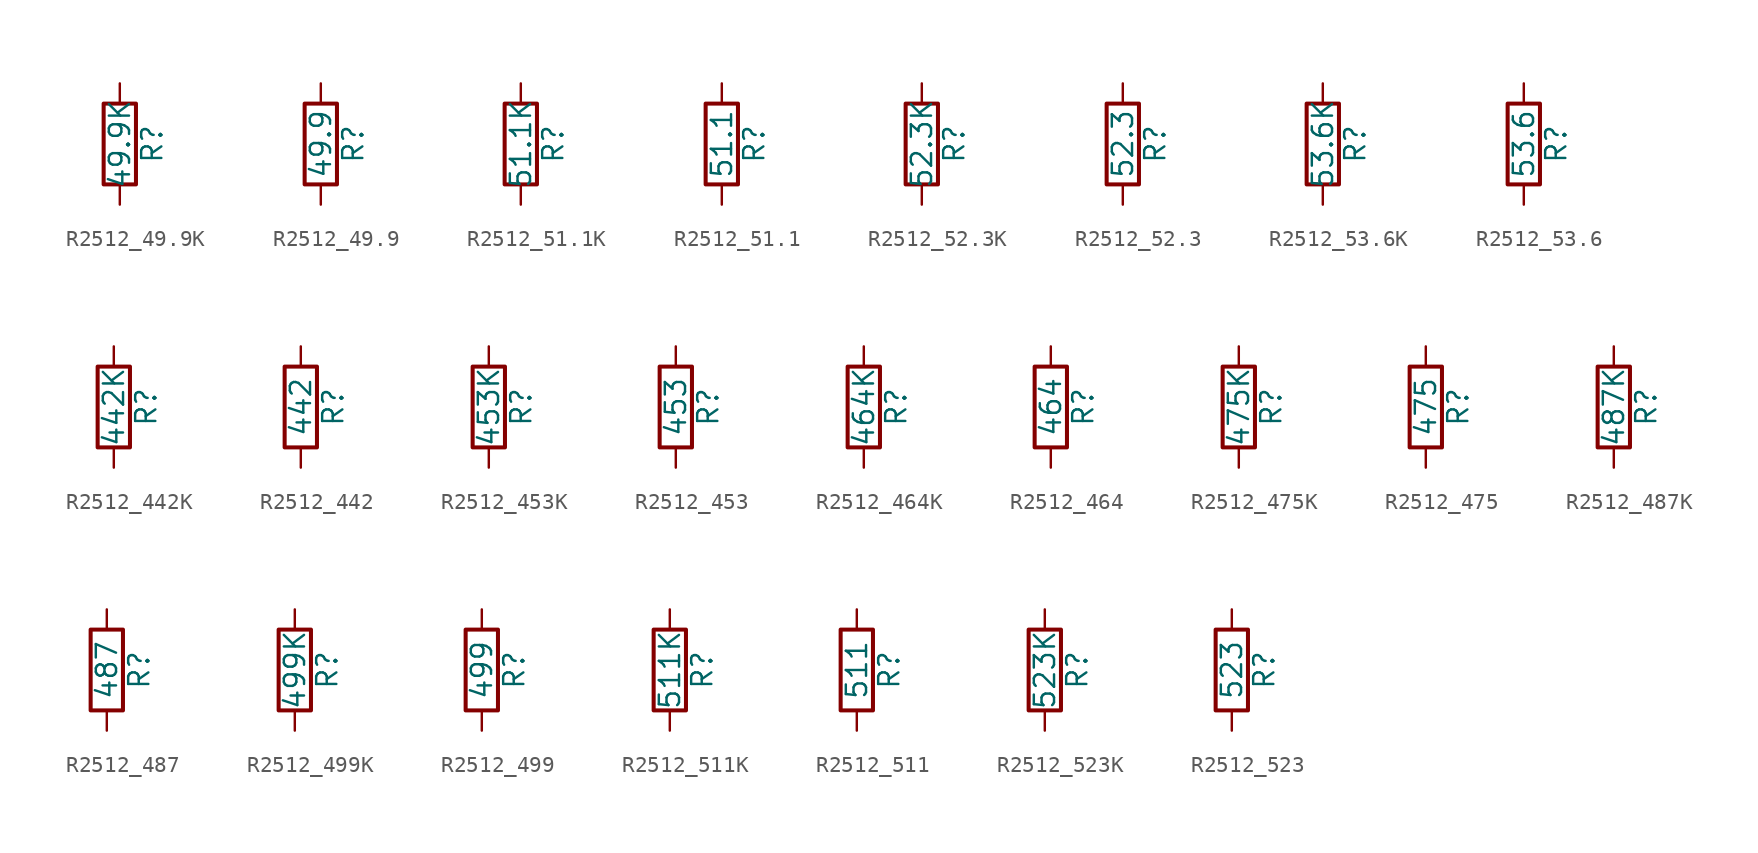
<source format=kicad_sym>
(kicad_symbol_lib
  (version 20211014)
  (generator atlantix-eda)
  (symbol "R2512_49.9K"
    (pin_numbers hide)
    (pin_names
      (offset 0))
    (property "Reference" "R"
      (at 2.032 0 90)
      (effects (font (size 1.27 1.27))))
    (property "Value" "49.9K"
      (at 0 0 90)
      (effects (font (size 1.27 1.27))))
    (symbol "R2512_49.9K_0_1"
      (rectangle (start -1.016 -2.54) (end 1.016 2.54) (stroke (width 0.254) (type default) (color 0 0 0 0)) (fill (type none))))
    (symbol "R2512_49.9K_1_1"
      (pin passive line (at 0 3.81 270) (length 1.27) (name "~" (effects (font (size 1.27 1.27)))) (number "1" (effects (font (size 1.27 1.27)))))
      (pin passive line (at 0 -3.81 90) (length 1.27) (name "~" (effects (font (size 1.27 1.27)))) (number "2" (effects (font (size 1.27 1.27)))))))
  (symbol "R2512_49.9"
    (pin_numbers hide)
    (pin_names
      (offset 0))
    (property "Reference" "R"
      (at 2.032 0 90)
      (effects (font (size 1.27 1.27))))
    (property "Value" "49.9"
      (at 0 0 90)
      (effects (font (size 1.27 1.27))))
    (symbol "R2512_49.9_0_1"
      (rectangle (start -1.016 -2.54) (end 1.016 2.54) (stroke (width 0.254) (type default) (color 0 0 0 0)) (fill (type none))))
    (symbol "R2512_49.9_1_1"
      (pin passive line (at 0 3.81 270) (length 1.27) (name "~" (effects (font (size 1.27 1.27)))) (number "1" (effects (font (size 1.27 1.27)))))
      (pin passive line (at 0 -3.81 90) (length 1.27) (name "~" (effects (font (size 1.27 1.27)))) (number "2" (effects (font (size 1.27 1.27)))))))
  (symbol "R2512_51.1K"
    (pin_numbers hide)
    (pin_names
      (offset 0))
    (property "Reference" "R"
      (at 2.032 0 90)
      (effects (font (size 1.27 1.27))))
    (property "Value" "51.1K"
      (at 0 0 90)
      (effects (font (size 1.27 1.27))))
    (symbol "R2512_51.1K_0_1"
      (rectangle (start -1.016 -2.54) (end 1.016 2.54) (stroke (width 0.254) (type default) (color 0 0 0 0)) (fill (type none))))
    (symbol "R2512_51.1K_1_1"
      (pin passive line (at 0 3.81 270) (length 1.27) (name "~" (effects (font (size 1.27 1.27)))) (number "1" (effects (font (size 1.27 1.27)))))
      (pin passive line (at 0 -3.81 90) (length 1.27) (name "~" (effects (font (size 1.27 1.27)))) (number "2" (effects (font (size 1.27 1.27)))))))
  (symbol "R2512_51.1"
    (pin_numbers hide)
    (pin_names
      (offset 0))
    (property "Reference" "R"
      (at 2.032 0 90)
      (effects (font (size 1.27 1.27))))
    (property "Value" "51.1"
      (at 0 0 90)
      (effects (font (size 1.27 1.27))))
    (symbol "R2512_51.1_0_1"
      (rectangle (start -1.016 -2.54) (end 1.016 2.54) (stroke (width 0.254) (type default) (color 0 0 0 0)) (fill (type none))))
    (symbol "R2512_51.1_1_1"
      (pin passive line (at 0 3.81 270) (length 1.27) (name "~" (effects (font (size 1.27 1.27)))) (number "1" (effects (font (size 1.27 1.27)))))
      (pin passive line (at 0 -3.81 90) (length 1.27) (name "~" (effects (font (size 1.27 1.27)))) (number "2" (effects (font (size 1.27 1.27)))))))
  (symbol "R2512_52.3K"
    (pin_numbers hide)
    (pin_names
      (offset 0))
    (property "Reference" "R"
      (at 2.032 0 90)
      (effects (font (size 1.27 1.27))))
    (property "Value" "52.3K"
      (at 0 0 90)
      (effects (font (size 1.27 1.27))))
    (symbol "R2512_52.3K_0_1"
      (rectangle (start -1.016 -2.54) (end 1.016 2.54) (stroke (width 0.254) (type default) (color 0 0 0 0)) (fill (type none))))
    (symbol "R2512_52.3K_1_1"
      (pin passive line (at 0 3.81 270) (length 1.27) (name "~" (effects (font (size 1.27 1.27)))) (number "1" (effects (font (size 1.27 1.27)))))
      (pin passive line (at 0 -3.81 90) (length 1.27) (name "~" (effects (font (size 1.27 1.27)))) (number "2" (effects (font (size 1.27 1.27)))))))
  (symbol "R2512_52.3"
    (pin_numbers hide)
    (pin_names
      (offset 0))
    (property "Reference" "R"
      (at 2.032 0 90)
      (effects (font (size 1.27 1.27))))
    (property "Value" "52.3"
      (at 0 0 90)
      (effects (font (size 1.27 1.27))))
    (symbol "R2512_52.3_0_1"
      (rectangle (start -1.016 -2.54) (end 1.016 2.54) (stroke (width 0.254) (type default) (color 0 0 0 0)) (fill (type none))))
    (symbol "R2512_52.3_1_1"
      (pin passive line (at 0 3.81 270) (length 1.27) (name "~" (effects (font (size 1.27 1.27)))) (number "1" (effects (font (size 1.27 1.27)))))
      (pin passive line (at 0 -3.81 90) (length 1.27) (name "~" (effects (font (size 1.27 1.27)))) (number "2" (effects (font (size 1.27 1.27)))))))
  (symbol "R2512_53.6K"
    (pin_numbers hide)
    (pin_names
      (offset 0))
    (property "Reference" "R"
      (at 2.032 0 90)
      (effects (font (size 1.27 1.27))))
    (property "Value" "53.6K"
      (at 0 0 90)
      (effects (font (size 1.27 1.27))))
    (symbol "R2512_53.6K_0_1"
      (rectangle (start -1.016 -2.54) (end 1.016 2.54) (stroke (width 0.254) (type default) (color 0 0 0 0)) (fill (type none))))
    (symbol "R2512_53.6K_1_1"
      (pin passive line (at 0 3.81 270) (length 1.27) (name "~" (effects (font (size 1.27 1.27)))) (number "1" (effects (font (size 1.27 1.27)))))
      (pin passive line (at 0 -3.81 90) (length 1.27) (name "~" (effects (font (size 1.27 1.27)))) (number "2" (effects (font (size 1.27 1.27)))))))
  (symbol "R2512_53.6"
    (pin_numbers hide)
    (pin_names
      (offset 0))
    (property "Reference" "R"
      (at 2.032 0 90)
      (effects (font (size 1.27 1.27))))
    (property "Value" "53.6"
      (at 0 0 90)
      (effects (font (size 1.27 1.27))))
    (symbol "R2512_53.6_0_1"
      (rectangle (start -1.016 -2.54) (end 1.016 2.54) (stroke (width 0.254) (type default) (color 0 0 0 0)) (fill (type none))))
    (symbol "R2512_53.6_1_1"
      (pin passive line (at 0 3.81 270) (length 1.27) (name "~" (effects (font (size 1.27 1.27)))) (number "1" (effects (font (size 1.27 1.27)))))
      (pin passive line (at 0 -3.81 90) (length 1.27) (name "~" (effects (font (size 1.27 1.27)))) (number "2" (effects (font (size 1.27 1.27)))))))
  (symbol "R2512_442K"
    (pin_numbers hide)
    (pin_names
      (offset 0))
    (property "Reference" "R"
      (at 2.032 0 90)
      (effects (font (size 1.27 1.27))))
    (property "Value" "442K"
      (at 0 0 90)
      (effects (font (size 1.27 1.27))))
    (symbol "R2512_442K_0_1"
      (rectangle (start -1.016 -2.54) (end 1.016 2.54) (stroke (width 0.254) (type default) (color 0 0 0 0)) (fill (type none))))
    (symbol "R2512_442K_1_1"
      (pin passive line (at 0 3.81 270) (length 1.27) (name "~" (effects (font (size 1.27 1.27)))) (number "1" (effects (font (size 1.27 1.27)))))
      (pin passive line (at 0 -3.81 90) (length 1.27) (name "~" (effects (font (size 1.27 1.27)))) (number "2" (effects (font (size 1.27 1.27)))))))
  (symbol "R2512_442"
    (pin_numbers hide)
    (pin_names
      (offset 0))
    (property "Reference" "R"
      (at 2.032 0 90)
      (effects (font (size 1.27 1.27))))
    (property "Value" "442"
      (at 0 0 90)
      (effects (font (size 1.27 1.27))))
    (symbol "R2512_442_0_1"
      (rectangle (start -1.016 -2.54) (end 1.016 2.54) (stroke (width 0.254) (type default) (color 0 0 0 0)) (fill (type none))))
    (symbol "R2512_442_1_1"
      (pin passive line (at 0 3.81 270) (length 1.27) (name "~" (effects (font (size 1.27 1.27)))) (number "1" (effects (font (size 1.27 1.27)))))
      (pin passive line (at 0 -3.81 90) (length 1.27) (name "~" (effects (font (size 1.27 1.27)))) (number "2" (effects (font (size 1.27 1.27)))))))
  (symbol "R2512_453K"
    (pin_numbers hide)
    (pin_names
      (offset 0))
    (property "Reference" "R"
      (at 2.032 0 90)
      (effects (font (size 1.27 1.27))))
    (property "Value" "453K"
      (at 0 0 90)
      (effects (font (size 1.27 1.27))))
    (symbol "R2512_453K_0_1"
      (rectangle (start -1.016 -2.54) (end 1.016 2.54) (stroke (width 0.254) (type default) (color 0 0 0 0)) (fill (type none))))
    (symbol "R2512_453K_1_1"
      (pin passive line (at 0 3.81 270) (length 1.27) (name "~" (effects (font (size 1.27 1.27)))) (number "1" (effects (font (size 1.27 1.27)))))
      (pin passive line (at 0 -3.81 90) (length 1.27) (name "~" (effects (font (size 1.27 1.27)))) (number "2" (effects (font (size 1.27 1.27)))))))
  (symbol "R2512_453"
    (pin_numbers hide)
    (pin_names
      (offset 0))
    (property "Reference" "R"
      (at 2.032 0 90)
      (effects (font (size 1.27 1.27))))
    (property "Value" "453"
      (at 0 0 90)
      (effects (font (size 1.27 1.27))))
    (symbol "R2512_453_0_1"
      (rectangle (start -1.016 -2.54) (end 1.016 2.54) (stroke (width 0.254) (type default) (color 0 0 0 0)) (fill (type none))))
    (symbol "R2512_453_1_1"
      (pin passive line (at 0 3.81 270) (length 1.27) (name "~" (effects (font (size 1.27 1.27)))) (number "1" (effects (font (size 1.27 1.27)))))
      (pin passive line (at 0 -3.81 90) (length 1.27) (name "~" (effects (font (size 1.27 1.27)))) (number "2" (effects (font (size 1.27 1.27)))))))
  (symbol "R2512_464K"
    (pin_numbers hide)
    (pin_names
      (offset 0))
    (property "Reference" "R"
      (at 2.032 0 90)
      (effects (font (size 1.27 1.27))))
    (property "Value" "464K"
      (at 0 0 90)
      (effects (font (size 1.27 1.27))))
    (symbol "R2512_464K_0_1"
      (rectangle (start -1.016 -2.54) (end 1.016 2.54) (stroke (width 0.254) (type default) (color 0 0 0 0)) (fill (type none))))
    (symbol "R2512_464K_1_1"
      (pin passive line (at 0 3.81 270) (length 1.27) (name "~" (effects (font (size 1.27 1.27)))) (number "1" (effects (font (size 1.27 1.27)))))
      (pin passive line (at 0 -3.81 90) (length 1.27) (name "~" (effects (font (size 1.27 1.27)))) (number "2" (effects (font (size 1.27 1.27)))))))
  (symbol "R2512_464"
    (pin_numbers hide)
    (pin_names
      (offset 0))
    (property "Reference" "R"
      (at 2.032 0 90)
      (effects (font (size 1.27 1.27))))
    (property "Value" "464"
      (at 0 0 90)
      (effects (font (size 1.27 1.27))))
    (symbol "R2512_464_0_1"
      (rectangle (start -1.016 -2.54) (end 1.016 2.54) (stroke (width 0.254) (type default) (color 0 0 0 0)) (fill (type none))))
    (symbol "R2512_464_1_1"
      (pin passive line (at 0 3.81 270) (length 1.27) (name "~" (effects (font (size 1.27 1.27)))) (number "1" (effects (font (size 1.27 1.27)))))
      (pin passive line (at 0 -3.81 90) (length 1.27) (name "~" (effects (font (size 1.27 1.27)))) (number "2" (effects (font (size 1.27 1.27)))))))
  (symbol "R2512_475K"
    (pin_numbers hide)
    (pin_names
      (offset 0))
    (property "Reference" "R"
      (at 2.032 0 90)
      (effects (font (size 1.27 1.27))))
    (property "Value" "475K"
      (at 0 0 90)
      (effects (font (size 1.27 1.27))))
    (symbol "R2512_475K_0_1"
      (rectangle (start -1.016 -2.54) (end 1.016 2.54) (stroke (width 0.254) (type default) (color 0 0 0 0)) (fill (type none))))
    (symbol "R2512_475K_1_1"
      (pin passive line (at 0 3.81 270) (length 1.27) (name "~" (effects (font (size 1.27 1.27)))) (number "1" (effects (font (size 1.27 1.27)))))
      (pin passive line (at 0 -3.81 90) (length 1.27) (name "~" (effects (font (size 1.27 1.27)))) (number "2" (effects (font (size 1.27 1.27)))))))
  (symbol "R2512_475"
    (pin_numbers hide)
    (pin_names
      (offset 0))
    (property "Reference" "R"
      (at 2.032 0 90)
      (effects (font (size 1.27 1.27))))
    (property "Value" "475"
      (at 0 0 90)
      (effects (font (size 1.27 1.27))))
    (symbol "R2512_475_0_1"
      (rectangle (start -1.016 -2.54) (end 1.016 2.54) (stroke (width 0.254) (type default) (color 0 0 0 0)) (fill (type none))))
    (symbol "R2512_475_1_1"
      (pin passive line (at 0 3.81 270) (length 1.27) (name "~" (effects (font (size 1.27 1.27)))) (number "1" (effects (font (size 1.27 1.27)))))
      (pin passive line (at 0 -3.81 90) (length 1.27) (name "~" (effects (font (size 1.27 1.27)))) (number "2" (effects (font (size 1.27 1.27)))))))
  (symbol "R2512_487K"
    (pin_numbers hide)
    (pin_names
      (offset 0))
    (property "Reference" "R"
      (at 2.032 0 90)
      (effects (font (size 1.27 1.27))))
    (property "Value" "487K"
      (at 0 0 90)
      (effects (font (size 1.27 1.27))))
    (symbol "R2512_487K_0_1"
      (rectangle (start -1.016 -2.54) (end 1.016 2.54) (stroke (width 0.254) (type default) (color 0 0 0 0)) (fill (type none))))
    (symbol "R2512_487K_1_1"
      (pin passive line (at 0 3.81 270) (length 1.27) (name "~" (effects (font (size 1.27 1.27)))) (number "1" (effects (font (size 1.27 1.27)))))
      (pin passive line (at 0 -3.81 90) (length 1.27) (name "~" (effects (font (size 1.27 1.27)))) (number "2" (effects (font (size 1.27 1.27)))))))
  (symbol "R2512_487"
    (pin_numbers hide)
    (pin_names
      (offset 0))
    (property "Reference" "R"
      (at 2.032 0 90)
      (effects (font (size 1.27 1.27))))
    (property "Value" "487"
      (at 0 0 90)
      (effects (font (size 1.27 1.27))))
    (symbol "R2512_487_0_1"
      (rectangle (start -1.016 -2.54) (end 1.016 2.54) (stroke (width 0.254) (type default) (color 0 0 0 0)) (fill (type none))))
    (symbol "R2512_487_1_1"
      (pin passive line (at 0 3.81 270) (length 1.27) (name "~" (effects (font (size 1.27 1.27)))) (number "1" (effects (font (size 1.27 1.27)))))
      (pin passive line (at 0 -3.81 90) (length 1.27) (name "~" (effects (font (size 1.27 1.27)))) (number "2" (effects (font (size 1.27 1.27)))))))
  (symbol "R2512_499K"
    (pin_numbers hide)
    (pin_names
      (offset 0))
    (property "Reference" "R"
      (at 2.032 0 90)
      (effects (font (size 1.27 1.27))))
    (property "Value" "499K"
      (at 0 0 90)
      (effects (font (size 1.27 1.27))))
    (symbol "R2512_499K_0_1"
      (rectangle (start -1.016 -2.54) (end 1.016 2.54) (stroke (width 0.254) (type default) (color 0 0 0 0)) (fill (type none))))
    (symbol "R2512_499K_1_1"
      (pin passive line (at 0 3.81 270) (length 1.27) (name "~" (effects (font (size 1.27 1.27)))) (number "1" (effects (font (size 1.27 1.27)))))
      (pin passive line (at 0 -3.81 90) (length 1.27) (name "~" (effects (font (size 1.27 1.27)))) (number "2" (effects (font (size 1.27 1.27)))))))
  (symbol "R2512_499"
    (pin_numbers hide)
    (pin_names
      (offset 0))
    (property "Reference" "R"
      (at 2.032 0 90)
      (effects (font (size 1.27 1.27))))
    (property "Value" "499"
      (at 0 0 90)
      (effects (font (size 1.27 1.27))))
    (symbol "R2512_499_0_1"
      (rectangle (start -1.016 -2.54) (end 1.016 2.54) (stroke (width 0.254) (type default) (color 0 0 0 0)) (fill (type none))))
    (symbol "R2512_499_1_1"
      (pin passive line (at 0 3.81 270) (length 1.27) (name "~" (effects (font (size 1.27 1.27)))) (number "1" (effects (font (size 1.27 1.27)))))
      (pin passive line (at 0 -3.81 90) (length 1.27) (name "~" (effects (font (size 1.27 1.27)))) (number "2" (effects (font (size 1.27 1.27)))))))
  (symbol "R2512_511K"
    (pin_numbers hide)
    (pin_names
      (offset 0))
    (property "Reference" "R"
      (at 2.032 0 90)
      (effects (font (size 1.27 1.27))))
    (property "Value" "511K"
      (at 0 0 90)
      (effects (font (size 1.27 1.27))))
    (symbol "R2512_511K_0_1"
      (rectangle (start -1.016 -2.54) (end 1.016 2.54) (stroke (width 0.254) (type default) (color 0 0 0 0)) (fill (type none))))
    (symbol "R2512_511K_1_1"
      (pin passive line (at 0 3.81 270) (length 1.27) (name "~" (effects (font (size 1.27 1.27)))) (number "1" (effects (font (size 1.27 1.27)))))
      (pin passive line (at 0 -3.81 90) (length 1.27) (name "~" (effects (font (size 1.27 1.27)))) (number "2" (effects (font (size 1.27 1.27)))))))
  (symbol "R2512_511"
    (pin_numbers hide)
    (pin_names
      (offset 0))
    (property "Reference" "R"
      (at 2.032 0 90)
      (effects (font (size 1.27 1.27))))
    (property "Value" "511"
      (at 0 0 90)
      (effects (font (size 1.27 1.27))))
    (symbol "R2512_511_0_1"
      (rectangle (start -1.016 -2.54) (end 1.016 2.54) (stroke (width 0.254) (type default) (color 0 0 0 0)) (fill (type none))))
    (symbol "R2512_511_1_1"
      (pin passive line (at 0 3.81 270) (length 1.27) (name "~" (effects (font (size 1.27 1.27)))) (number "1" (effects (font (size 1.27 1.27)))))
      (pin passive line (at 0 -3.81 90) (length 1.27) (name "~" (effects (font (size 1.27 1.27)))) (number "2" (effects (font (size 1.27 1.27)))))))
  (symbol "R2512_523K"
    (pin_numbers hide)
    (pin_names
      (offset 0))
    (property "Reference" "R"
      (at 2.032 0 90)
      (effects (font (size 1.27 1.27))))
    (property "Value" "523K"
      (at 0 0 90)
      (effects (font (size 1.27 1.27))))
    (symbol "R2512_523K_0_1"
      (rectangle (start -1.016 -2.54) (end 1.016 2.54) (stroke (width 0.254) (type default) (color 0 0 0 0)) (fill (type none))))
    (symbol "R2512_523K_1_1"
      (pin passive line (at 0 3.81 270) (length 1.27) (name "~" (effects (font (size 1.27 1.27)))) (number "1" (effects (font (size 1.27 1.27)))))
      (pin passive line (at 0 -3.81 90) (length 1.27) (name "~" (effects (font (size 1.27 1.27)))) (number "2" (effects (font (size 1.27 1.27)))))))
  (symbol "R2512_523"
    (pin_numbers hide)
    (pin_names
      (offset 0))
    (property "Reference" "R"
      (at 2.032 0 90)
      (effects (font (size 1.27 1.27))))
    (property "Value" "523"
      (at 0 0 90)
      (effects (font (size 1.27 1.27))))
    (symbol "R2512_523_0_1"
      (rectangle (start -1.016 -2.54) (end 1.016 2.54) (stroke (width 0.254) (type default) (color 0 0 0 0)) (fill (type none))))
    (symbol "R2512_523_1_1"
      (pin passive line (at 0 3.81 270) (length 1.27) (name "~" (effects (font (size 1.27 1.27)))) (number "1" (effects (font (size 1.27 1.27)))))
      (pin passive line (at 0 -3.81 90) (length 1.27) (name "~" (effects (font (size 1.27 1.27)))) (number "2" (effects (font (size 1.27 1.27))))))))
</source>
